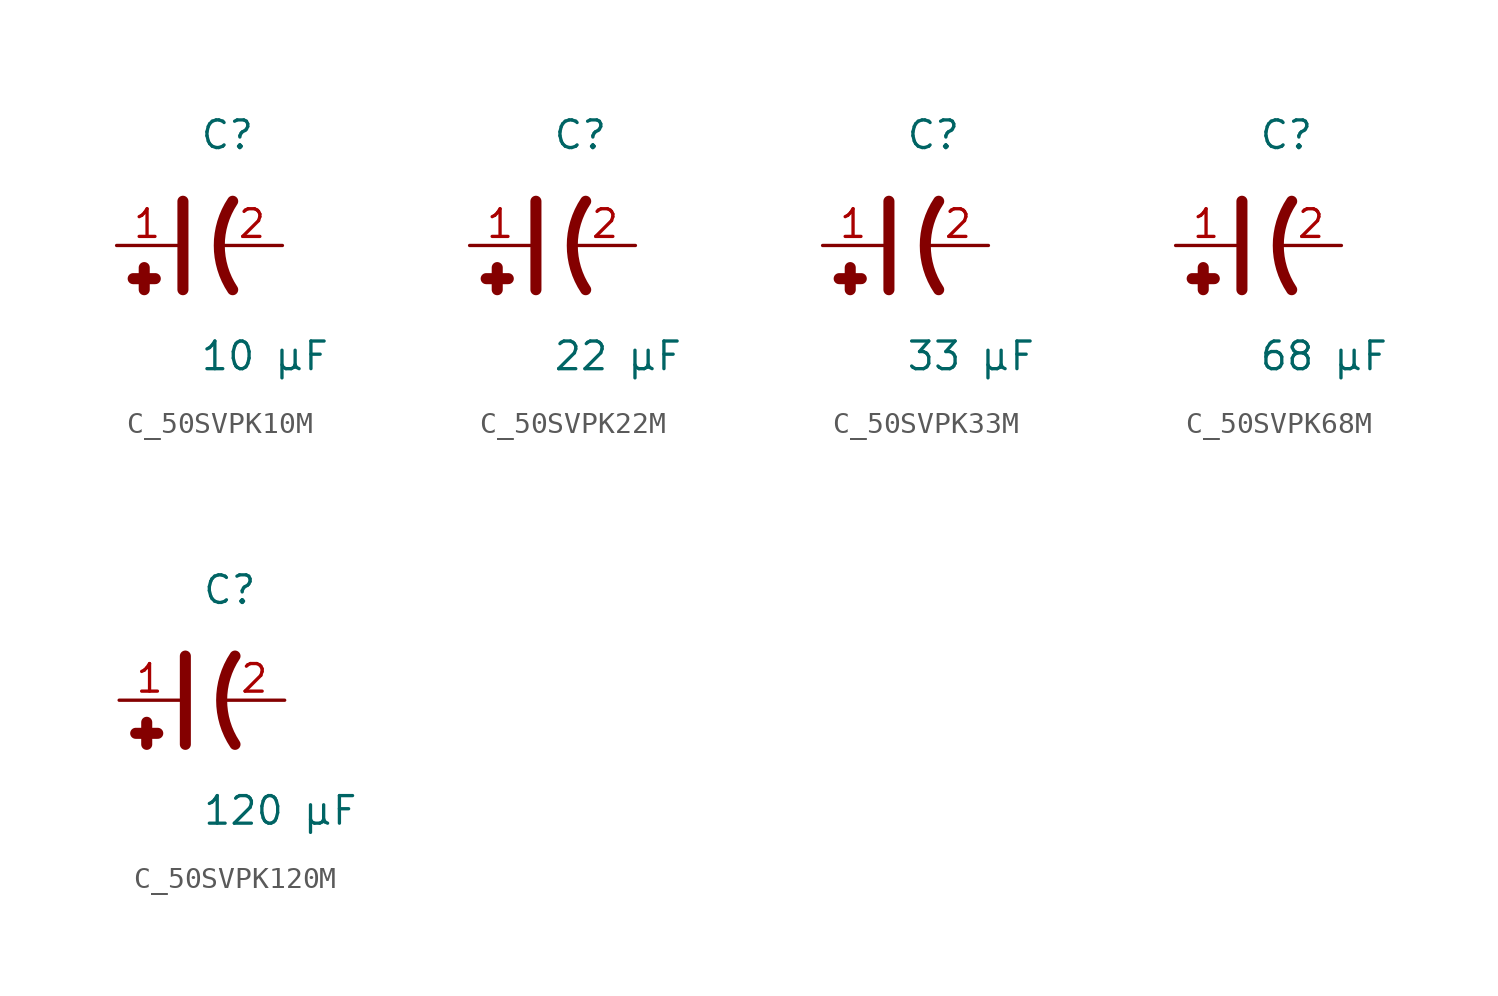
<source format=kicad_sym>
(kicad_symbol_lib
  (version 20231120)
  (generator kicad_symbol_editor)
  (generator_version 8.0)
  (symbol "C_50SVPK10M"
    (pin_names
      (offset 0.254))
    (property "Reference" "C"
      (at 0.0 5.08 0)
      (effects (font (size 1.27 1.27)) (justify left)))
    (property "Value" "10 µF"
      (at 0.0 -5.08 0)
      (effects (font (size 1.27 1.27)) (justify left)))
    (symbol "C_50SVPK10M_0_1"
      (polyline (pts (xy -0.762 -2.032) (xy -0.762 2.032)) (stroke (width 0.508) (type default)) (fill (type none)))
      (polyline (pts (xy -2.54 -1.016) (xy -2.54 -2.032)) (stroke (width 0.508) (type default)) (fill (type none)))
      (polyline (pts (xy -2.032 -1.524) (xy -3.048 -1.524)) (stroke (width 0.508) (type default)) (fill (type none)))
      (arc (start 1.524 2.032) (mid 0.9088 0) (end 1.524 -2.032) (stroke (width 0.508) (type default)) (fill (type none))))
    (pin unspecified line
      (at -3.81 0 0)
      (length 2.8)
      (name "" (effects (font (size 1.27 1.27))))
      (number "1" (effects (font (size 1.27 1.27)))))
    (pin unspecified line
      (at 3.81 0 180)
      (length 2.8)
      (name "" (effects (font (size 1.27 1.27))))
      (number "2" (effects (font (size 1.27 1.27))))))
  (symbol "C_50SVPK22M"
    (pin_names
      (offset 0.254))
    (property "Reference" "C"
      (at 0.0 5.08 0)
      (effects (font (size 1.27 1.27)) (justify left)))
    (property "Value" "22 µF"
      (at 0.0 -5.08 0)
      (effects (font (size 1.27 1.27)) (justify left)))
    (symbol "C_50SVPK22M_0_1"
      (polyline (pts (xy -0.762 -2.032) (xy -0.762 2.032)) (stroke (width 0.508) (type default)) (fill (type none)))
      (polyline (pts (xy -2.54 -1.016) (xy -2.54 -2.032)) (stroke (width 0.508) (type default)) (fill (type none)))
      (polyline (pts (xy -2.032 -1.524) (xy -3.048 -1.524)) (stroke (width 0.508) (type default)) (fill (type none)))
      (arc (start 1.524 2.032) (mid 0.9088 0) (end 1.524 -2.032) (stroke (width 0.508) (type default)) (fill (type none))))
    (pin unspecified line
      (at -3.81 0 0)
      (length 2.8)
      (name "" (effects (font (size 1.27 1.27))))
      (number "1" (effects (font (size 1.27 1.27)))))
    (pin unspecified line
      (at 3.81 0 180)
      (length 2.8)
      (name "" (effects (font (size 1.27 1.27))))
      (number "2" (effects (font (size 1.27 1.27))))))
  (symbol "C_50SVPK33M"
    (pin_names
      (offset 0.254))
    (property "Reference" "C"
      (at 0.0 5.08 0)
      (effects (font (size 1.27 1.27)) (justify left)))
    (property "Value" "33 µF"
      (at 0.0 -5.08 0)
      (effects (font (size 1.27 1.27)) (justify left)))
    (symbol "C_50SVPK33M_0_1"
      (polyline (pts (xy -0.762 -2.032) (xy -0.762 2.032)) (stroke (width 0.508) (type default)) (fill (type none)))
      (polyline (pts (xy -2.54 -1.016) (xy -2.54 -2.032)) (stroke (width 0.508) (type default)) (fill (type none)))
      (polyline (pts (xy -2.032 -1.524) (xy -3.048 -1.524)) (stroke (width 0.508) (type default)) (fill (type none)))
      (arc (start 1.524 2.032) (mid 0.9088 0) (end 1.524 -2.032) (stroke (width 0.508) (type default)) (fill (type none))))
    (pin unspecified line
      (at -3.81 0 0)
      (length 2.8)
      (name "" (effects (font (size 1.27 1.27))))
      (number "1" (effects (font (size 1.27 1.27)))))
    (pin unspecified line
      (at 3.81 0 180)
      (length 2.8)
      (name "" (effects (font (size 1.27 1.27))))
      (number "2" (effects (font (size 1.27 1.27))))))
  (symbol "C_50SVPK68M"
    (pin_names
      (offset 0.254))
    (property "Reference" "C"
      (at 0.0 5.08 0)
      (effects (font (size 1.27 1.27)) (justify left)))
    (property "Value" "68 µF"
      (at 0.0 -5.08 0)
      (effects (font (size 1.27 1.27)) (justify left)))
    (symbol "C_50SVPK68M_0_1"
      (polyline (pts (xy -0.762 -2.032) (xy -0.762 2.032)) (stroke (width 0.508) (type default)) (fill (type none)))
      (polyline (pts (xy -2.54 -1.016) (xy -2.54 -2.032)) (stroke (width 0.508) (type default)) (fill (type none)))
      (polyline (pts (xy -2.032 -1.524) (xy -3.048 -1.524)) (stroke (width 0.508) (type default)) (fill (type none)))
      (arc (start 1.524 2.032) (mid 0.9088 0) (end 1.524 -2.032) (stroke (width 0.508) (type default)) (fill (type none))))
    (pin unspecified line
      (at -3.81 0 0)
      (length 2.8)
      (name "" (effects (font (size 1.27 1.27))))
      (number "1" (effects (font (size 1.27 1.27)))))
    (pin unspecified line
      (at 3.81 0 180)
      (length 2.8)
      (name "" (effects (font (size 1.27 1.27))))
      (number "2" (effects (font (size 1.27 1.27))))))
  (symbol "C_50SVPK120M"
    (pin_names
      (offset 0.254))
    (property "Reference" "C"
      (at 0.0 5.08 0)
      (effects (font (size 1.27 1.27)) (justify left)))
    (property "Value" "120 µF"
      (at 0.0 -5.08 0)
      (effects (font (size 1.27 1.27)) (justify left)))
    (symbol "C_50SVPK120M_0_1"
      (polyline (pts (xy -0.762 -2.032) (xy -0.762 2.032)) (stroke (width 0.508) (type default)) (fill (type none)))
      (polyline (pts (xy -2.54 -1.016) (xy -2.54 -2.032)) (stroke (width 0.508) (type default)) (fill (type none)))
      (polyline (pts (xy -2.032 -1.524) (xy -3.048 -1.524)) (stroke (width 0.508) (type default)) (fill (type none)))
      (arc (start 1.524 2.032) (mid 0.9088 0) (end 1.524 -2.032) (stroke (width 0.508) (type default)) (fill (type none))))
    (pin unspecified line
      (at -3.81 0 0)
      (length 2.8)
      (name "" (effects (font (size 1.27 1.27))))
      (number "1" (effects (font (size 1.27 1.27)))))
    (pin unspecified line
      (at 3.81 0 180)
      (length 2.8)
      (name "" (effects (font (size 1.27 1.27))))
      (number "2" (effects (font (size 1.27 1.27)))))))
</source>
